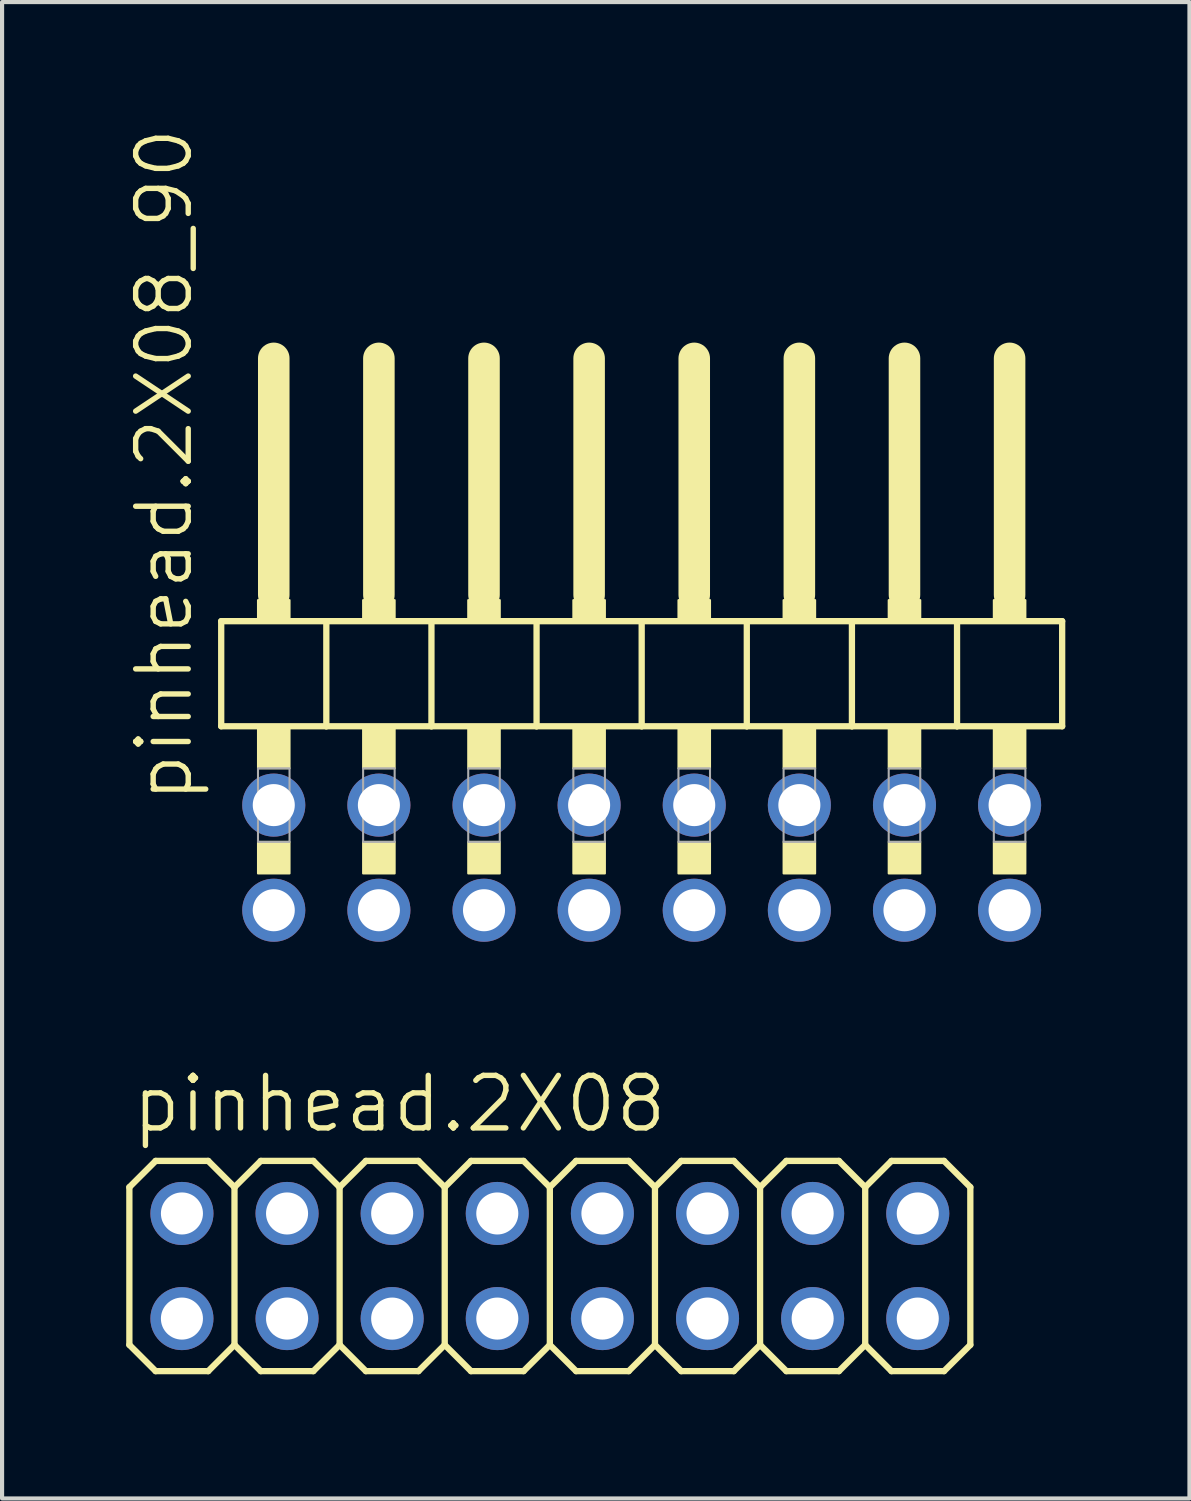
<source format=kicad_pcb>
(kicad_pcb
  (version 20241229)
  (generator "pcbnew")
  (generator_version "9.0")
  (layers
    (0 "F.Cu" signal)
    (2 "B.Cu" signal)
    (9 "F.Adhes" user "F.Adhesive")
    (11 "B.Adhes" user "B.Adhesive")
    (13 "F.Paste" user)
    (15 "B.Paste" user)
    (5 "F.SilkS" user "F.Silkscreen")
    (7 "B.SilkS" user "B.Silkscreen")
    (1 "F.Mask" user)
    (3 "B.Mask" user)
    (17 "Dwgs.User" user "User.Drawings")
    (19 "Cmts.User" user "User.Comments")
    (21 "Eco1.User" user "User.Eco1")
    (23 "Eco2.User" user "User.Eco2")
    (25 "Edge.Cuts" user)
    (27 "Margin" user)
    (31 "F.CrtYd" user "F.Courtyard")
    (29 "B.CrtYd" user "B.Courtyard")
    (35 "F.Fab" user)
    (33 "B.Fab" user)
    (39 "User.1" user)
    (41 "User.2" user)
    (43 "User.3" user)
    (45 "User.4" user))
  (footprint "pinhead.2X08_90"
    (layer "F.Cu")
    (at 12.455 12.594)
    (property "Reference" "pinhead.2X08_90" (at -10.795 3.81 90) (layer "F.SilkS") (effects (font (size 1.27 1.27) (thickness 0.13)) (justify left bottom)))
    (attr through_hole)
    (fp_line (start -10.16 -0.635) (end -10.16 1.905) (stroke (width 0.152) (type default)) (layer "F.SilkS"))
    (fp_line (start -10.16 1.905) (end -7.62 1.905) (stroke (width 0.152) (type default)) (layer "F.SilkS"))
    (fp_line (start -8.89 -6.985) (end -8.89 -1.27) (stroke (width 0.762) (type default)) (layer "F.SilkS"))
    (fp_line (start -7.62 -0.635) (end -10.16 -0.635) (stroke (width 0.152) (type default)) (layer "F.SilkS"))
    (fp_line (start -7.62 1.905) (end -7.62 -0.635) (stroke (width 0.152) (type default)) (layer "F.SilkS"))
    (fp_line (start -7.62 1.905) (end -5.08 1.905) (stroke (width 0.152) (type default)) (layer "F.SilkS"))
    (fp_line (start -6.35 -6.985) (end -6.35 -1.27) (stroke (width 0.762) (type default)) (layer "F.SilkS"))
    (fp_line (start -5.08 -0.635) (end -7.62 -0.635) (stroke (width 0.152) (type default)) (layer "F.SilkS"))
    (fp_line (start -5.08 1.905) (end -5.08 -0.635) (stroke (width 0.152) (type default)) (layer "F.SilkS"))
    (fp_line (start -5.08 1.905) (end -2.54 1.905) (stroke (width 0.152) (type default)) (layer "F.SilkS"))
    (fp_line (start -3.81 -6.985) (end -3.81 -1.27) (stroke (width 0.762) (type default)) (layer "F.SilkS"))
    (fp_line (start -2.54 -0.635) (end -5.08 -0.635) (stroke (width 0.152) (type default)) (layer "F.SilkS"))
    (fp_line (start -2.54 1.905) (end -2.54 -0.635) (stroke (width 0.152) (type default)) (layer "F.SilkS"))
    (fp_line (start -2.54 1.905) (end 0 1.905) (stroke (width 0.152) (type default)) (layer "F.SilkS"))
    (fp_line (start -1.27 -6.985) (end -1.27 -1.27) (stroke (width 0.762) (type default)) (layer "F.SilkS"))
    (fp_line (start 0 -0.635) (end -2.54 -0.635) (stroke (width 0.152) (type default)) (layer "F.SilkS"))
    (fp_line (start 0 1.905) (end 0 -0.635) (stroke (width 0.152) (type default)) (layer "F.SilkS"))
    (fp_line (start 0 1.905) (end 2.54 1.905) (stroke (width 0.152) (type default)) (layer "F.SilkS"))
    (fp_line (start 1.27 -6.985) (end 1.27 -1.27) (stroke (width 0.762) (type default)) (layer "F.SilkS"))
    (fp_line (start 2.54 -0.635) (end 0 -0.635) (stroke (width 0.152) (type default)) (layer "F.SilkS"))
    (fp_line (start 2.54 1.905) (end 2.54 -0.635) (stroke (width 0.152) (type default)) (layer "F.SilkS"))
    (fp_line (start 2.54 1.905) (end 5.08 1.905) (stroke (width 0.152) (type default)) (layer "F.SilkS"))
    (fp_line (start 3.81 -6.985) (end 3.81 -1.27) (stroke (width 0.762) (type default)) (layer "F.SilkS"))
    (fp_line (start 5.08 -0.635) (end 2.54 -0.635) (stroke (width 0.152) (type default)) (layer "F.SilkS"))
    (fp_line (start 5.08 1.905) (end 5.08 -0.635) (stroke (width 0.152) (type default)) (layer "F.SilkS"))
    (fp_line (start 5.08 1.905) (end 7.62 1.905) (stroke (width 0.152) (type default)) (layer "F.SilkS"))
    (fp_line (start 6.35 -6.985) (end 6.35 -1.27) (stroke (width 0.762) (type default)) (layer "F.SilkS"))
    (fp_line (start 7.62 -0.635) (end 5.08 -0.635) (stroke (width 0.152) (type default)) (layer "F.SilkS"))
    (fp_line (start 7.62 1.905) (end 7.62 -0.635) (stroke (width 0.152) (type default)) (layer "F.SilkS"))
    (fp_line (start 7.62 1.905) (end 10.16 1.905) (stroke (width 0.152) (type default)) (layer "F.SilkS"))
    (fp_line (start 8.89 -6.985) (end 8.89 -1.27) (stroke (width 0.762) (type default)) (layer "F.SilkS"))
    (fp_line (start 10.16 -0.635) (end 7.62 -0.635) (stroke (width 0.152) (type default)) (layer "F.SilkS"))
    (fp_line (start 10.16 1.905) (end 10.16 -0.635) (stroke (width 0.152) (type default)) (layer "F.SilkS"))
    (fp_rect (start -9.271 -0.635) (end -8.509 -1.143) (stroke (width 0.05) (type default)) (fill yes) (layer "F.SilkS"))
    (fp_rect (start -9.271 2.921) (end -8.509 1.905) (stroke (width 0.05) (type default)) (fill yes) (layer "F.SilkS"))
    (fp_rect (start -9.271 5.461) (end -8.509 4.699) (stroke (width 0.05) (type default)) (fill yes) (layer "F.SilkS"))
    (fp_rect (start -6.731 -0.635) (end -5.969 -1.143) (stroke (width 0.05) (type default)) (fill yes) (layer "F.SilkS"))
    (fp_rect (start -6.731 2.921) (end -5.969 1.905) (stroke (width 0.05) (type default)) (fill yes) (layer "F.SilkS"))
    (fp_rect (start -6.731 5.461) (end -5.969 4.699) (stroke (width 0.05) (type default)) (fill yes) (layer "F.SilkS"))
    (fp_rect (start -4.191 -0.635) (end -3.429 -1.143) (stroke (width 0.05) (type default)) (fill yes) (layer "F.SilkS"))
    (fp_rect (start -4.191 2.921) (end -3.429 1.905) (stroke (width 0.05) (type default)) (fill yes) (layer "F.SilkS"))
    (fp_rect (start -4.191 5.461) (end -3.429 4.699) (stroke (width 0.05) (type default)) (fill yes) (layer "F.SilkS"))
    (fp_rect (start -1.651 -0.635) (end -0.889 -1.143) (stroke (width 0.05) (type default)) (fill yes) (layer "F.SilkS"))
    (fp_rect (start -1.651 2.921) (end -0.889 1.905) (stroke (width 0.05) (type default)) (fill yes) (layer "F.SilkS"))
    (fp_rect (start -1.651 5.461) (end -0.889 4.699) (stroke (width 0.05) (type default)) (fill yes) (layer "F.SilkS"))
    (fp_rect (start 0.889 -0.635) (end 1.651 -1.143) (stroke (width 0.05) (type default)) (fill yes) (layer "F.SilkS"))
    (fp_rect (start 0.889 2.921) (end 1.651 1.905) (stroke (width 0.05) (type default)) (fill yes) (layer "F.SilkS"))
    (fp_rect (start 0.889 5.461) (end 1.651 4.699) (stroke (width 0.05) (type default)) (fill yes) (layer "F.SilkS"))
    (fp_rect (start 3.429 -0.635) (end 4.191 -1.143) (stroke (width 0.05) (type default)) (fill yes) (layer "F.SilkS"))
    (fp_rect (start 3.429 2.921) (end 4.191 1.905) (stroke (width 0.05) (type default)) (fill yes) (layer "F.SilkS"))
    (fp_rect (start 3.429 5.461) (end 4.191 4.699) (stroke (width 0.05) (type default)) (fill yes) (layer "F.SilkS"))
    (fp_rect (start 5.969 -0.635) (end 6.731 -1.143) (stroke (width 0.05) (type default)) (fill yes) (layer "F.SilkS"))
    (fp_rect (start 5.969 2.921) (end 6.731 1.905) (stroke (width 0.05) (type default)) (fill yes) (layer "F.SilkS"))
    (fp_rect (start 5.969 5.461) (end 6.731 4.699) (stroke (width 0.05) (type default)) (fill yes) (layer "F.SilkS"))
    (fp_rect (start 8.509 -0.635) (end 9.271 -1.143) (stroke (width 0.05) (type default)) (fill yes) (layer "F.SilkS"))
    (fp_rect (start 8.509 2.921) (end 9.271 1.905) (stroke (width 0.05) (type default)) (fill yes) (layer "F.SilkS"))
    (fp_rect (start 8.509 5.461) (end 9.271 4.699) (stroke (width 0.05) (type default)) (fill yes) (layer "F.SilkS"))
    (fp_rect (start -9.271 4.699) (end -8.509 2.921) (stroke (width 0.05) (type default)) (fill no) (layer "F.Fab"))
    (fp_rect (start -6.731 4.699) (end -5.969 2.921) (stroke (width 0.05) (type default)) (fill no) (layer "F.Fab"))
    (fp_rect (start -4.191 4.699) (end -3.429 2.921) (stroke (width 0.05) (type default)) (fill no) (layer "F.Fab"))
    (fp_rect (start -1.651 4.699) (end -0.889 2.921) (stroke (width 0.05) (type default)) (fill no) (layer "F.Fab"))
    (fp_rect (start 0.889 4.699) (end 1.651 2.921) (stroke (width 0.05) (type default)) (fill no) (layer "F.Fab"))
    (fp_rect (start 3.429 4.699) (end 4.191 2.921) (stroke (width 0.05) (type default)) (fill no) (layer "F.Fab"))
    (fp_rect (start 5.969 4.699) (end 6.731 2.921) (stroke (width 0.05) (type default)) (fill no) (layer "F.Fab"))
    (fp_rect (start 8.509 4.699) (end 9.271 2.921) (stroke (width 0.05) (type default)) (fill no) (layer "F.Fab"))
    (pad "1" thru_hole circle (at -8.89 6.35) (size 1.524 1.524) (drill 1.016) (layers "*.Cu" "*.Mask"))
    (pad "2" thru_hole circle (at -8.89 3.81) (size 1.524 1.524) (drill 1.016) (layers "*.Cu" "*.Mask"))
    (pad "3" thru_hole circle (at -6.35 6.35) (size 1.524 1.524) (drill 1.016) (layers "*.Cu" "*.Mask"))
    (pad "4" thru_hole circle (at -6.35 3.81) (size 1.524 1.524) (drill 1.016) (layers "*.Cu" "*.Mask"))
    (pad "5" thru_hole circle (at -3.81 6.35) (size 1.524 1.524) (drill 1.016) (layers "*.Cu" "*.Mask"))
    (pad "6" thru_hole circle (at -3.81 3.81) (size 1.524 1.524) (drill 1.016) (layers "*.Cu" "*.Mask"))
    (pad "7" thru_hole circle (at -1.27 6.35) (size 1.524 1.524) (drill 1.016) (layers "*.Cu" "*.Mask"))
    (pad "8" thru_hole circle (at -1.27 3.81) (size 1.524 1.524) (drill 1.016) (layers "*.Cu" "*.Mask"))
    (pad "9" thru_hole circle (at 1.27 6.35) (size 1.524 1.524) (drill 1.016) (layers "*.Cu" "*.Mask"))
    (pad "10" thru_hole circle (at 1.27 3.81) (size 1.524 1.524) (drill 1.016) (layers "*.Cu" "*.Mask"))
    (pad "11" thru_hole circle (at 3.81 6.35) (size 1.524 1.524) (drill 1.016) (layers "*.Cu" "*.Mask"))
    (pad "12" thru_hole circle (at 3.81 3.81) (size 1.524 1.524) (drill 1.016) (layers "*.Cu" "*.Mask"))
    (pad "13" thru_hole circle (at 6.35 6.35) (size 1.524 1.524) (drill 1.016) (layers "*.Cu" "*.Mask"))
    (pad "14" thru_hole circle (at 6.35 3.81) (size 1.524 1.524) (drill 1.016) (layers "*.Cu" "*.Mask"))
    (pad "15" thru_hole circle (at 8.89 6.35) (size 1.524 1.524) (drill 1.016) (layers "*.Cu" "*.Mask"))
    (pad "16" thru_hole circle (at 8.89 3.81) (size 1.524 1.524) (drill 1.016) (layers "*.Cu" "*.Mask")))
  (footprint "pinhead.2X08"
    (layer "F.Cu")
    (at 10.236 27.541)
    (property "Reference" "pinhead.2X08" (at -10.16 -3.175 0) (layer "F.SilkS") (effects (font (size 1.27 1.27) (thickness 0.13)) (justify left bottom)))
    (attr through_hole)
    (fp_line (start -10.16 -1.905) (end -9.525 -2.54) (stroke (width 0.152) (type default)) (layer "F.SilkS"))
    (fp_line (start -10.16 1.905) (end -10.16 -1.905) (stroke (width 0.152) (type default)) (layer "F.SilkS"))
    (fp_line (start -10.16 1.905) (end -9.525 2.54) (stroke (width 0.152) (type default)) (layer "F.SilkS"))
    (fp_line (start -9.525 -2.54) (end -8.255 -2.54) (stroke (width 0.152) (type default)) (layer "F.SilkS"))
    (fp_line (start -9.525 2.54) (end -8.255 2.54) (stroke (width 0.152) (type default)) (layer "F.SilkS"))
    (fp_line (start -8.255 -2.54) (end -7.62 -1.905) (stroke (width 0.152) (type default)) (layer "F.SilkS"))
    (fp_line (start -8.255 2.54) (end -7.62 1.905) (stroke (width 0.152) (type default)) (layer "F.SilkS"))
    (fp_line (start -7.62 -1.905) (end -7.62 1.905) (stroke (width 0.152) (type default)) (layer "F.SilkS"))
    (fp_line (start -7.62 -1.905) (end -6.985 -2.54) (stroke (width 0.152) (type default)) (layer "F.SilkS"))
    (fp_line (start -7.62 1.905) (end -6.985 2.54) (stroke (width 0.152) (type default)) (layer "F.SilkS"))
    (fp_line (start -6.985 -2.54) (end -5.715 -2.54) (stroke (width 0.152) (type default)) (layer "F.SilkS"))
    (fp_line (start -6.985 2.54) (end -5.715 2.54) (stroke (width 0.152) (type default)) (layer "F.SilkS"))
    (fp_line (start -5.715 -2.54) (end -5.08 -1.905) (stroke (width 0.152) (type default)) (layer "F.SilkS"))
    (fp_line (start -5.715 2.54) (end -5.08 1.905) (stroke (width 0.152) (type default)) (layer "F.SilkS"))
    (fp_line (start -5.08 -1.905) (end -5.08 1.905) (stroke (width 0.152) (type default)) (layer "F.SilkS"))
    (fp_line (start -5.08 -1.905) (end -4.445 -2.54) (stroke (width 0.152) (type default)) (layer "F.SilkS"))
    (fp_line (start -5.08 1.905) (end -4.445 2.54) (stroke (width 0.152) (type default)) (layer "F.SilkS"))
    (fp_line (start -4.445 -2.54) (end -3.175 -2.54) (stroke (width 0.152) (type default)) (layer "F.SilkS"))
    (fp_line (start -4.445 2.54) (end -3.175 2.54) (stroke (width 0.152) (type default)) (layer "F.SilkS"))
    (fp_line (start -3.175 -2.54) (end -2.54 -1.905) (stroke (width 0.152) (type default)) (layer "F.SilkS"))
    (fp_line (start -3.175 2.54) (end -2.54 1.905) (stroke (width 0.152) (type default)) (layer "F.SilkS"))
    (fp_line (start -2.54 -1.905) (end -2.54 1.905) (stroke (width 0.152) (type default)) (layer "F.SilkS"))
    (fp_line (start -2.54 -1.905) (end -1.905 -2.54) (stroke (width 0.152) (type default)) (layer "F.SilkS"))
    (fp_line (start -2.54 1.905) (end -1.905 2.54) (stroke (width 0.152) (type default)) (layer "F.SilkS"))
    (fp_line (start -1.905 -2.54) (end -0.635 -2.54) (stroke (width 0.152) (type default)) (layer "F.SilkS"))
    (fp_line (start -1.905 2.54) (end -0.635 2.54) (stroke (width 0.152) (type default)) (layer "F.SilkS"))
    (fp_line (start -0.635 -2.54) (end 0 -1.905) (stroke (width 0.152) (type default)) (layer "F.SilkS"))
    (fp_line (start -0.635 2.54) (end 0 1.905) (stroke (width 0.152) (type default)) (layer "F.SilkS"))
    (fp_line (start 0 -1.905) (end 0 1.905) (stroke (width 0.152) (type default)) (layer "F.SilkS"))
    (fp_line (start 0 -1.905) (end 0.635 -2.54) (stroke (width 0.152) (type default)) (layer "F.SilkS"))
    (fp_line (start 0 1.905) (end 0.635 2.54) (stroke (width 0.152) (type default)) (layer "F.SilkS"))
    (fp_line (start 0.635 -2.54) (end 1.905 -2.54) (stroke (width 0.152) (type default)) (layer "F.SilkS"))
    (fp_line (start 0.635 2.54) (end 1.905 2.54) (stroke (width 0.152) (type default)) (layer "F.SilkS"))
    (fp_line (start 1.905 -2.54) (end 2.54 -1.905) (stroke (width 0.152) (type default)) (layer "F.SilkS"))
    (fp_line (start 1.905 2.54) (end 2.54 1.905) (stroke (width 0.152) (type default)) (layer "F.SilkS"))
    (fp_line (start 2.54 -1.905) (end 2.54 1.905) (stroke (width 0.152) (type default)) (layer "F.SilkS"))
    (fp_line (start 2.54 -1.905) (end 3.175 -2.54) (stroke (width 0.152) (type default)) (layer "F.SilkS"))
    (fp_line (start 2.54 1.905) (end 3.175 2.54) (stroke (width 0.152) (type default)) (layer "F.SilkS"))
    (fp_line (start 3.175 -2.54) (end 4.445 -2.54) (stroke (width 0.152) (type default)) (layer "F.SilkS"))
    (fp_line (start 3.175 2.54) (end 4.445 2.54) (stroke (width 0.152) (type default)) (layer "F.SilkS"))
    (fp_line (start 4.445 -2.54) (end 5.08 -1.905) (stroke (width 0.152) (type default)) (layer "F.SilkS"))
    (fp_line (start 4.445 2.54) (end 5.08 1.905) (stroke (width 0.152) (type default)) (layer "F.SilkS"))
    (fp_line (start 5.08 -1.905) (end 5.08 1.905) (stroke (width 0.152) (type default)) (layer "F.SilkS"))
    (fp_line (start 5.08 -1.905) (end 5.715 -2.54) (stroke (width 0.152) (type default)) (layer "F.SilkS"))
    (fp_line (start 5.08 1.905) (end 5.715 2.54) (stroke (width 0.152) (type default)) (layer "F.SilkS"))
    (fp_line (start 5.715 -2.54) (end 6.985 -2.54) (stroke (width 0.152) (type default)) (layer "F.SilkS"))
    (fp_line (start 5.715 2.54) (end 6.985 2.54) (stroke (width 0.152) (type default)) (layer "F.SilkS"))
    (fp_line (start 6.985 -2.54) (end 7.62 -1.905) (stroke (width 0.152) (type default)) (layer "F.SilkS"))
    (fp_line (start 7.62 -1.905) (end 7.62 1.905) (stroke (width 0.152) (type default)) (layer "F.SilkS"))
    (fp_line (start 7.62 -1.905) (end 8.255 -2.54) (stroke (width 0.152) (type default)) (layer "F.SilkS"))
    (fp_line (start 7.62 1.905) (end 6.985 2.54) (stroke (width 0.152) (type default)) (layer "F.SilkS"))
    (fp_line (start 7.62 1.905) (end 8.255 2.54) (stroke (width 0.152) (type default)) (layer "F.SilkS"))
    (fp_line (start 8.255 -2.54) (end 9.525 -2.54) (stroke (width 0.152) (type default)) (layer "F.SilkS"))
    (fp_line (start 8.255 2.54) (end 9.525 2.54) (stroke (width 0.152) (type default)) (layer "F.SilkS"))
    (fp_line (start 9.525 -2.54) (end 10.16 -1.905) (stroke (width 0.152) (type default)) (layer "F.SilkS"))
    (fp_line (start 10.16 -1.905) (end 10.16 1.905) (stroke (width 0.152) (type default)) (layer "F.SilkS"))
    (fp_line (start 10.16 1.905) (end 9.525 2.54) (stroke (width 0.152) (type default)) (layer "F.SilkS"))
    (fp_rect (start -9.144 -1.016) (end -8.636 -1.524) (stroke (width 0.05) (type default)) (fill no) (layer "F.Fab"))
    (fp_rect (start -9.144 1.524) (end -8.636 1.016) (stroke (width 0.05) (type default)) (fill no) (layer "F.Fab"))
    (fp_rect (start -6.604 -1.016) (end -6.096 -1.524) (stroke (width 0.05) (type default)) (fill no) (layer "F.Fab"))
    (fp_rect (start -6.604 1.524) (end -6.096 1.016) (stroke (width 0.05) (type default)) (fill no) (layer "F.Fab"))
    (fp_rect (start -4.064 -1.016) (end -3.556 -1.524) (stroke (width 0.05) (type default)) (fill no) (layer "F.Fab"))
    (fp_rect (start -4.064 1.524) (end -3.556 1.016) (stroke (width 0.05) (type default)) (fill no) (layer "F.Fab"))
    (fp_rect (start -1.524 -1.016) (end -1.016 -1.524) (stroke (width 0.05) (type default)) (fill no) (layer "F.Fab"))
    (fp_rect (start -1.524 1.524) (end -1.016 1.016) (stroke (width 0.05) (type default)) (fill no) (layer "F.Fab"))
    (fp_rect (start 1.016 -1.016) (end 1.524 -1.524) (stroke (width 0.05) (type default)) (fill no) (layer "F.Fab"))
    (fp_rect (start 1.016 1.524) (end 1.524 1.016) (stroke (width 0.05) (type default)) (fill no) (layer "F.Fab"))
    (fp_rect (start 3.556 -1.016) (end 4.064 -1.524) (stroke (width 0.05) (type default)) (fill no) (layer "F.Fab"))
    (fp_rect (start 3.556 1.524) (end 4.064 1.016) (stroke (width 0.05) (type default)) (fill no) (layer "F.Fab"))
    (fp_rect (start 6.096 -1.016) (end 6.604 -1.524) (stroke (width 0.05) (type default)) (fill no) (layer "F.Fab"))
    (fp_rect (start 6.096 1.524) (end 6.604 1.016) (stroke (width 0.05) (type default)) (fill no) (layer "F.Fab"))
    (fp_rect (start 8.636 -1.016) (end 9.144 -1.524) (stroke (width 0.05) (type default)) (fill no) (layer "F.Fab"))
    (fp_rect (start 8.636 1.524) (end 9.144 1.016) (stroke (width 0.05) (type default)) (fill no) (layer "F.Fab"))
    (pad "1" thru_hole circle (at -8.89 1.27) (size 1.524 1.524) (drill 1.016) (layers "*.Cu" "*.Mask"))
    (pad "2" thru_hole circle (at -8.89 -1.27) (size 1.524 1.524) (drill 1.016) (layers "*.Cu" "*.Mask"))
    (pad "3" thru_hole circle (at -6.35 1.27) (size 1.524 1.524) (drill 1.016) (layers "*.Cu" "*.Mask"))
    (pad "4" thru_hole circle (at -6.35 -1.27) (size 1.524 1.524) (drill 1.016) (layers "*.Cu" "*.Mask"))
    (pad "5" thru_hole circle (at -3.81 1.27) (size 1.524 1.524) (drill 1.016) (layers "*.Cu" "*.Mask"))
    (pad "6" thru_hole circle (at -3.81 -1.27) (size 1.524 1.524) (drill 1.016) (layers "*.Cu" "*.Mask"))
    (pad "7" thru_hole circle (at -1.27 1.27) (size 1.524 1.524) (drill 1.016) (layers "*.Cu" "*.Mask"))
    (pad "8" thru_hole circle (at -1.27 -1.27) (size 1.524 1.524) (drill 1.016) (layers "*.Cu" "*.Mask"))
    (pad "9" thru_hole circle (at 1.27 1.27) (size 1.524 1.524) (drill 1.016) (layers "*.Cu" "*.Mask"))
    (pad "10" thru_hole circle (at 1.27 -1.27) (size 1.524 1.524) (drill 1.016) (layers "*.Cu" "*.Mask"))
    (pad "11" thru_hole circle (at 3.81 1.27) (size 1.524 1.524) (drill 1.016) (layers "*.Cu" "*.Mask"))
    (pad "12" thru_hole circle (at 3.81 -1.27) (size 1.524 1.524) (drill 1.016) (layers "*.Cu" "*.Mask"))
    (pad "13" thru_hole circle (at 6.35 1.27) (size 1.524 1.524) (drill 1.016) (layers "*.Cu" "*.Mask"))
    (pad "14" thru_hole circle (at 6.35 -1.27) (size 1.524 1.524) (drill 1.016) (layers "*.Cu" "*.Mask"))
    (pad "15" thru_hole circle (at 8.89 1.27) (size 1.524 1.524) (drill 1.016) (layers "*.Cu" "*.Mask"))
    (pad "16" thru_hole circle (at 8.89 -1.27) (size 1.524 1.524) (drill 1.016) (layers "*.Cu" "*.Mask")))
  (gr_rect
    (start -3 -3)
    (end 25.691 33.157)
    (stroke (width 0.1) (type default))
    (fill no)
    (layer "Edge.Cuts")))
</source>
